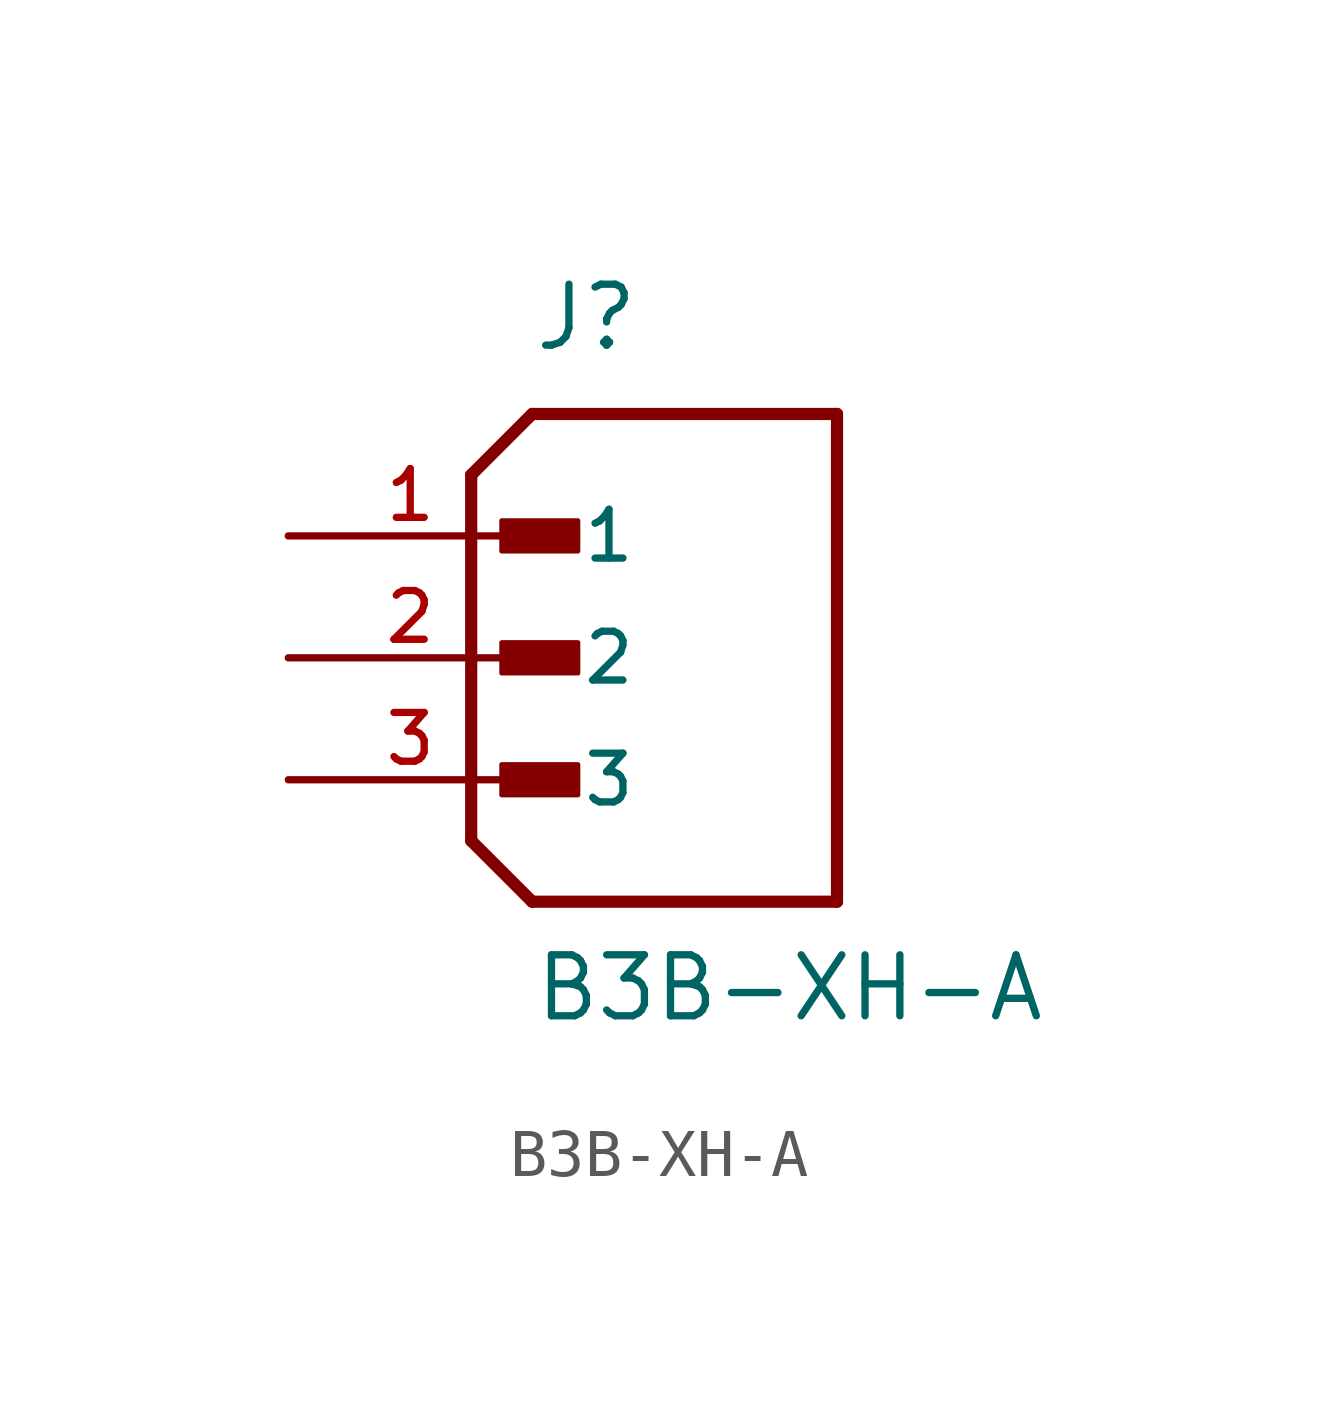
<source format=kicad_sym>
(kicad_symbol_lib
  (version 20211014)
  (generator kicad_symbol_editor)
  (symbol "B3B-XH-A"
    (pin_names
      (offset 1.016))
    (property "Reference" "J"
      (at -2.54 6.35 0)
      (effects (font (size 1.27 1.27)) (justify bottom left)))
    (property "Value" "B3B-XH-A"
      (at -2.54 -7.62 0)
      (effects (font (size 1.27 1.27)) (justify bottom left)))
    (symbol "B3B-XH-A_0_0"
      (polyline (pts (xy -3.81 3.81) (xy -2.54 5.08)) (stroke (width 0.254)))
      (polyline (pts (xy -3.81 3.81) (xy -3.81 -3.81)) (stroke (width 0.254)))
      (polyline (pts (xy -3.81 -3.81) (xy -2.54 -5.08)) (stroke (width 0.254)))
      (polyline (pts (xy -2.54 -5.08) (xy 3.81 -5.08)) (stroke (width 0.254)))
      (polyline (pts (xy 3.81 -5.08) (xy 3.81 5.08)) (stroke (width 0.254)))
      (polyline (pts (xy 3.81 5.08) (xy -2.54 5.08)) (stroke (width 0.254)))
      (rectangle (start -3.175 2.223) (end -1.587 2.857) (stroke (width 0.1)) (fill (type outline)))
      (rectangle (start -3.175 -0.318) (end -1.587 0.318) (stroke (width 0.1)) (fill (type outline)))
      (rectangle (start -3.175 -2.857) (end -1.587 -2.223) (stroke (width 0.1)) (fill (type outline)))
      (pin passive line (at -7.62 2.54 0) (length 5.08) (name "1" (effects (font (size 1.016 1.016)))) (number "1" (effects (font (size 1.016 1.016)))))
      (pin passive line (at -7.62 0.0 0) (length 5.08) (name "2" (effects (font (size 1.016 1.016)))) (number "2" (effects (font (size 1.016 1.016)))))
      (pin passive line (at -7.62 -2.54 0) (length 5.08) (name "3" (effects (font (size 1.016 1.016)))) (number "3" (effects (font (size 1.016 1.016))))))))
</source>
